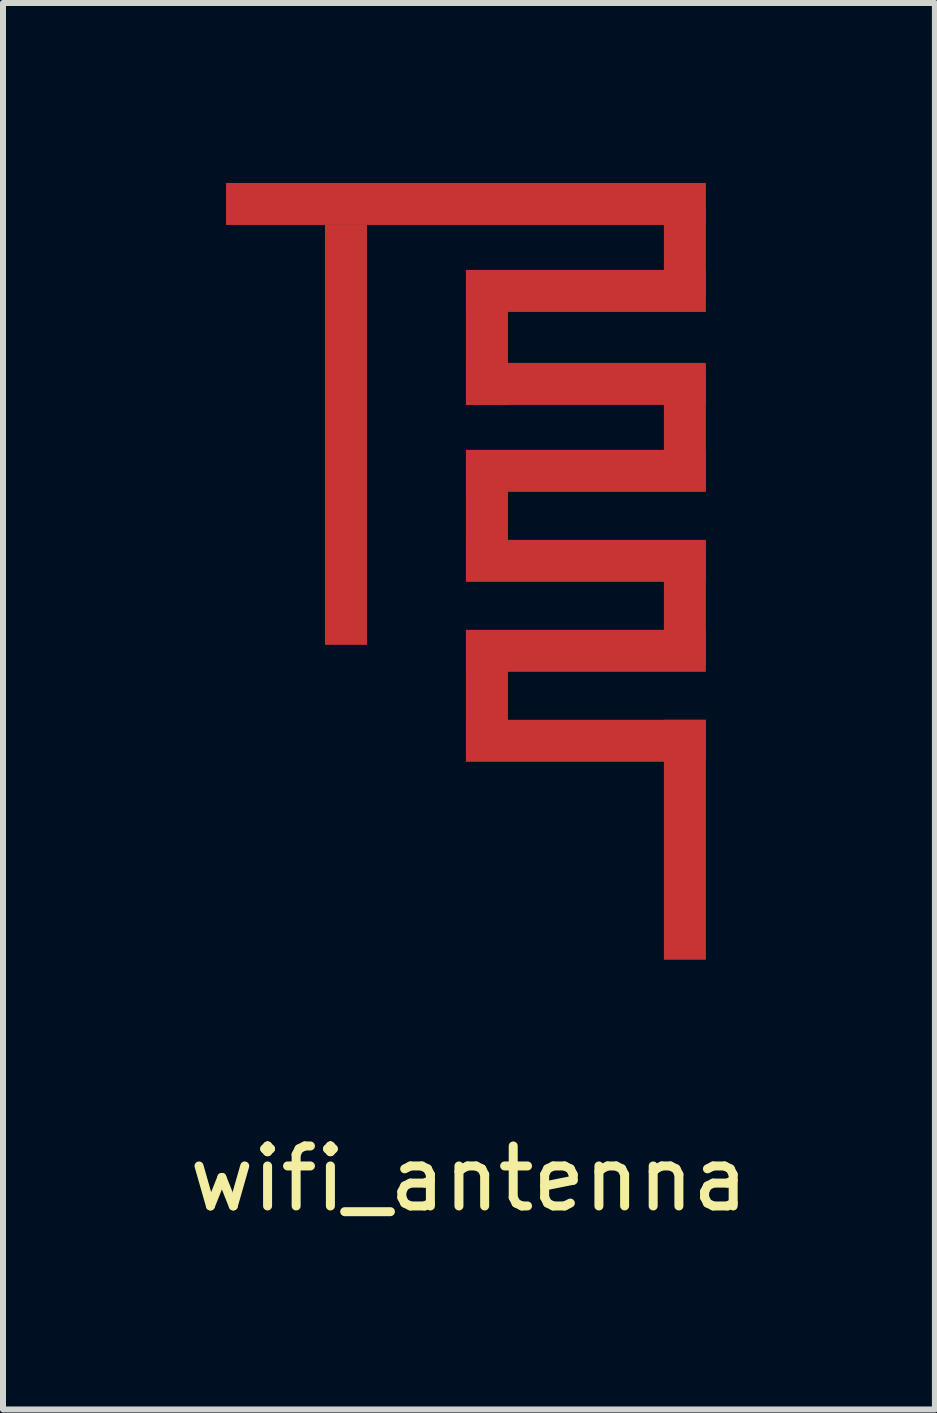
<source format=kicad_pcb>
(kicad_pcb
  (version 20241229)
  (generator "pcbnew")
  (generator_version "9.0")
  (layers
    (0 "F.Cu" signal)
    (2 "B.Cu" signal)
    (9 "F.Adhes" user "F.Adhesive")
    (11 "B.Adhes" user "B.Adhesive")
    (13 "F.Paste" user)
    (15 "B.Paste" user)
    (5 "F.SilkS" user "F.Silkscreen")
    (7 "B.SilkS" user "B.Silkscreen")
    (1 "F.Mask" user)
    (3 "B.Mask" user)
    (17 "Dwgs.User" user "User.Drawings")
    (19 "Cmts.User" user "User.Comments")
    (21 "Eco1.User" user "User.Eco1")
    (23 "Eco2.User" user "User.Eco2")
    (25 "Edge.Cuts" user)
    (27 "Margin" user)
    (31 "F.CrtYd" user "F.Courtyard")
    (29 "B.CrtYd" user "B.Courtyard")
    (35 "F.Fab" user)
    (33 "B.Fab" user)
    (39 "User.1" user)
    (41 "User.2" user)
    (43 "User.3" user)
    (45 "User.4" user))
  (footprint "wifi_antenna"
    (layer "F.Cu")
    (at 4.718 2.3)
    (property "Reference" "wifi_antenna" (at 0.05 14.3 0) (layer "F.SilkS") (effects (font (size 1 1) (thickness 0.15))))
    (attr through_hole)
    (pad "1" smd rect (at 0 -1.95) (size 8 0.7) (layers "F.Cu" "F.Mask" "F.Paste"))
    (pad "1" smd rect (at 0.35 0.4) (size 0.7 2) (layers "F.Cu" "F.Mask" "F.Paste"))
    (pad "1" smd rect (at 0.35 3.3) (size 0.7 2) (layers "F.Cu" "F.Mask" "F.Paste"))
    (pad "1" smd rect (at 0.35 6.2) (size 0.7 2) (layers "F.Cu" "F.Mask" "F.Paste"))
    (pad "1" smd rect (at 2 -0.5) (size 4 0.7) (layers "F.Cu" "F.Mask" "F.Paste"))
    (pad "1" smd rect (at 2 1.05) (size 4 0.7) (layers "F.Cu" "F.Mask" "F.Paste"))
    (pad "1" smd rect (at 2 2.5) (size 4 0.7) (layers "F.Cu" "F.Mask" "F.Paste"))
    (pad "1" smd rect (at 2 4) (size 4 0.7) (layers "F.Cu" "F.Mask" "F.Paste"))
    (pad "1" smd rect (at 2 5.5) (size 4 0.7) (layers "F.Cu" "F.Mask" "F.Paste"))
    (pad "1" smd rect (at 2 7) (size 4 0.7) (layers "F.Cu" "F.Mask" "F.Paste"))
    (pad "1" smd rect (at 3.65 -1.15) (size 0.7 1.5) (layers "F.Cu" "F.Mask" "F.Paste"))
    (pad "1" smd rect (at 3.65 1.8) (size 0.7 2) (layers "F.Cu" "F.Mask" "F.Paste"))
    (pad "1" smd rect (at 3.65 4.75) (size 0.7 2) (layers "F.Cu" "F.Mask" "F.Paste"))
    (pad "1" smd rect (at 3.65 8.65) (size 0.7 4) (layers "F.Cu" "F.Mask" "F.Paste"))
    (pad "2" smd rect (at -2 1.9) (size 0.7 7) (layers "F.Cu" "F.Mask" "F.Paste")))
  (gr_rect
    (start -3 -3)
    (end 12.536 20.448)
    (stroke (width 0.1) (type default))
    (fill no)
    (layer "Edge.Cuts")))
</source>
